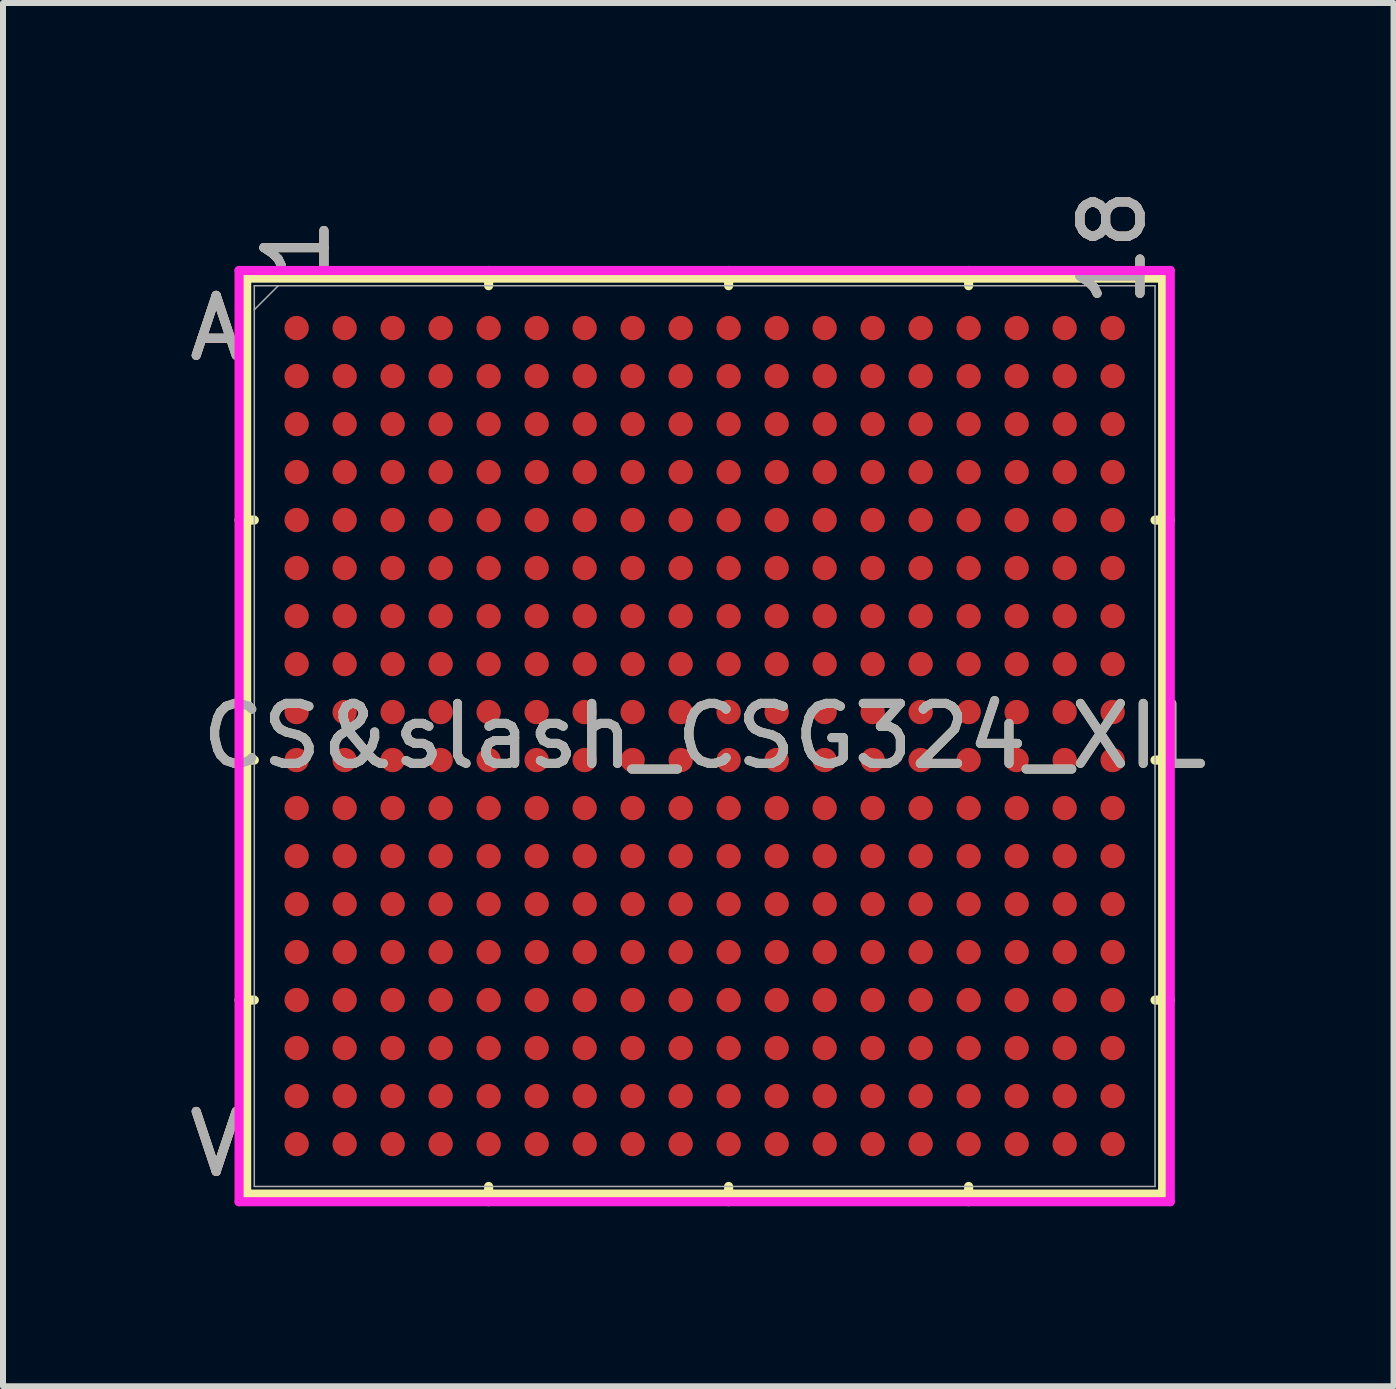
<source format=kicad_pcb>
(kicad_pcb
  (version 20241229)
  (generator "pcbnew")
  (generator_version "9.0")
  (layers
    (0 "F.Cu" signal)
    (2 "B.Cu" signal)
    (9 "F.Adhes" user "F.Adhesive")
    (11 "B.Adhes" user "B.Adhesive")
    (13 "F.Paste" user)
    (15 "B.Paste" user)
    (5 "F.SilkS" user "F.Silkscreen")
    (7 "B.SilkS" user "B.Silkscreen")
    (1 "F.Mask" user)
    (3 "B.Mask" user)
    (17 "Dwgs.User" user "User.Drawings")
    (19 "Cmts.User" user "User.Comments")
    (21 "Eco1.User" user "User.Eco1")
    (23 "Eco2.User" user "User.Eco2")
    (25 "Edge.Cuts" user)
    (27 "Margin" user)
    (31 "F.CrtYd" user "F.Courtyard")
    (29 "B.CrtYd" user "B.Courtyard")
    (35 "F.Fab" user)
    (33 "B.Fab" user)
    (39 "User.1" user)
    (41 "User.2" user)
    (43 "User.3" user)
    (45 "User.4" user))
  (footprint "CS&slash_CSG324_XIL"
    (layer "F.Cu")
    (at 8.694 9.218)
    (property "Reference" "CS&slash_CSG324_XIL" (at 0 0 0) (unlocked yes) (layer "F.SilkS") (effects (font (size 1 1) (thickness 0.15))))
    (attr smd)
    (fp_line (start -7.633 -7.633) (end -7.633 7.633) (stroke (width 0.152) (type solid)) (layer "F.SilkS"))
    (fp_line (start -7.633 7.633) (end 7.633 7.633) (stroke (width 0.152) (type solid)) (layer "F.SilkS"))
    (fp_line (start -7.506 -3.6) (end -7.76 -3.6) (stroke (width 0.152) (type solid)) (layer "F.SilkS"))
    (fp_line (start -7.506 0.4) (end -7.76 0.4) (stroke (width 0.152) (type solid)) (layer "F.SilkS"))
    (fp_line (start -7.506 4.4) (end -7.76 4.4) (stroke (width 0.152) (type solid)) (layer "F.SilkS"))
    (fp_line (start -3.6 -7.506) (end -3.6 -7.76) (stroke (width 0.152) (type solid)) (layer "F.SilkS"))
    (fp_line (start -3.6 7.506) (end -3.6 7.76) (stroke (width 0.152) (type solid)) (layer "F.SilkS"))
    (fp_line (start 0.4 -7.506) (end 0.4 -7.76) (stroke (width 0.152) (type solid)) (layer "F.SilkS"))
    (fp_line (start 0.4 7.506) (end 0.4 7.76) (stroke (width 0.152) (type solid)) (layer "F.SilkS"))
    (fp_line (start 4.4 -7.506) (end 4.4 -7.76) (stroke (width 0.152) (type solid)) (layer "F.SilkS"))
    (fp_line (start 4.4 7.506) (end 4.4 7.76) (stroke (width 0.152) (type solid)) (layer "F.SilkS"))
    (fp_line (start 7.506 -3.6) (end 7.76 -3.6) (stroke (width 0.152) (type solid)) (layer "F.SilkS"))
    (fp_line (start 7.506 0.4) (end 7.76 0.4) (stroke (width 0.152) (type solid)) (layer "F.SilkS"))
    (fp_line (start 7.506 4.4) (end 7.76 4.4) (stroke (width 0.152) (type solid)) (layer "F.SilkS"))
    (fp_line (start 7.633 -7.633) (end -7.633 -7.633) (stroke (width 0.152) (type solid)) (layer "F.SilkS"))
    (fp_line (start 7.633 7.633) (end 7.633 -7.633) (stroke (width 0.152) (type solid)) (layer "F.SilkS"))
    (fp_poly (pts (xy -7.644 -7.644) (xy 7.644 -7.644) (xy 7.644 7.644) (xy -7.644 7.644)) (stroke (width 0.1) (type solid)) (fill no) (layer "Eco2.User"))
    (fp_line (start -7.76 -7.76) (end 7.76 -7.76) (stroke (width 0.152) (type solid)) (layer "F.CrtYd"))
    (fp_line (start -7.76 7.76) (end -7.76 -7.76) (stroke (width 0.152) (type solid)) (layer "F.CrtYd"))
    (fp_line (start 7.76 -7.76) (end 7.76 7.76) (stroke (width 0.152) (type solid)) (layer "F.CrtYd"))
    (fp_line (start 7.76 7.76) (end -7.76 7.76) (stroke (width 0.152) (type solid)) (layer "F.CrtYd"))
    (fp_line (start -7.506 -7.506) (end -7.506 7.506) (stroke (width 0.025) (type solid)) (layer "F.Fab"))
    (fp_line (start -7.506 7.506) (end 7.506 7.506) (stroke (width 0.025) (type solid)) (layer "F.Fab"))
    (fp_line (start -7.106 -7.506) (end -7.506 -7.106) (stroke (width 0.025) (type solid)) (layer "F.Fab"))
    (fp_line (start 7.506 -7.506) (end -7.506 -7.506) (stroke (width 0.025) (type solid)) (layer "F.Fab"))
    (fp_line (start 7.506 7.506) (end 7.506 -7.506) (stroke (width 0.025) (type solid)) (layer "F.Fab"))
    (fp_text user "18" (at 6.8 -8.141 90) (unlocked yes) (layer "F.SilkS") (effects (font (size 1 1) (thickness 0.15))))
    (fp_text user "1" (at -6.8 -8.141 90) (unlocked yes) (layer "F.SilkS") (effects (font (size 1 1) (thickness 0.15))))
    (fp_text user "A" (at -8.141 -6.8 0) (unlocked yes) (layer "F.SilkS") (effects (font (size 1 1) (thickness 0.15))))
    (fp_text user "V" (at -8.141 6.8 0) (unlocked yes) (layer "F.SilkS") (effects (font (size 1 1) (thickness 0.15))))
    (fp_text user "V" (at -8.141 6.8 0) (unlocked yes) (layer "B.SilkS") (effects (font (size 1 1) (thickness 0.15))))
    (fp_text user "A" (at -8.141 -6.8 0) (unlocked yes) (layer "B.SilkS") (effects (font (size 1 1) (thickness 0.15))))
    (fp_text user "18" (at 6.8 -8.141 90) (unlocked yes) (layer "B.SilkS") (effects (font (size 1 1) (thickness 0.15))))
    (fp_text user "1" (at -6.8 -8.141 90) (unlocked yes) (layer "B.SilkS") (effects (font (size 1 1) (thickness 0.15))))
    (fp_text user "A" (at -8.141 -6.8 0) (unlocked yes) (layer "F.Fab") (effects (font (size 1 1) (thickness 0.15))))
    (fp_text user "V" (at -8.141 6.8 0) (unlocked yes) (layer "F.Fab") (effects (font (size 1 1) (thickness 0.15))))
    (fp_text user "${REFERENCE}" (at 0 0 0) (unlocked yes) (layer "F.Fab") (effects (font (size 1 1) (thickness 0.15))))
    (fp_text user "1" (at -6.8 -8.141 90) (unlocked yes) (layer "F.Fab") (effects (font (size 1 1) (thickness 0.15))))
    (fp_text user "18" (at 6.8 -8.141 90) (unlocked yes) (layer "F.Fab") (effects (font (size 1 1) (thickness 0.15))))
    (pad "A1" smd circle (at -6.8 -6.8) (size 0.406 0.406) (layers "F.Cu" "F.Mask" "F.Paste"))
    (pad "A2" smd circle (at -6 -6.8) (size 0.406 0.406) (layers "F.Cu" "F.Mask" "F.Paste"))
    (pad "A3" smd circle (at -5.2 -6.8) (size 0.406 0.406) (layers "F.Cu" "F.Mask" "F.Paste"))
    (pad "A4" smd circle (at -4.4 -6.8) (size 0.406 0.406) (layers "F.Cu" "F.Mask" "F.Paste"))
    (pad "A5" smd circle (at -3.6 -6.8) (size 0.406 0.406) (layers "F.Cu" "F.Mask" "F.Paste"))
    (pad "A6" smd circle (at -2.8 -6.8) (size 0.406 0.406) (layers "F.Cu" "F.Mask" "F.Paste"))
    (pad "A7" smd circle (at -2 -6.8) (size 0.406 0.406) (layers "F.Cu" "F.Mask" "F.Paste"))
    (pad "A8" smd circle (at -1.2 -6.8) (size 0.406 0.406) (layers "F.Cu" "F.Mask" "F.Paste"))
    (pad "A9" smd circle (at -0.4 -6.8) (size 0.406 0.406) (layers "F.Cu" "F.Mask" "F.Paste"))
    (pad "A10" smd circle (at 0.4 -6.8) (size 0.406 0.406) (layers "F.Cu" "F.Mask" "F.Paste"))
    (pad "A11" smd circle (at 1.2 -6.8) (size 0.406 0.406) (layers "F.Cu" "F.Mask" "F.Paste"))
    (pad "A12" smd circle (at 2 -6.8) (size 0.406 0.406) (layers "F.Cu" "F.Mask" "F.Paste"))
    (pad "A13" smd circle (at 2.8 -6.8) (size 0.406 0.406) (layers "F.Cu" "F.Mask" "F.Paste"))
    (pad "A14" smd circle (at 3.6 -6.8) (size 0.406 0.406) (layers "F.Cu" "F.Mask" "F.Paste"))
    (pad "A15" smd circle (at 4.4 -6.8) (size 0.406 0.406) (layers "F.Cu" "F.Mask" "F.Paste"))
    (pad "A16" smd circle (at 5.2 -6.8) (size 0.406 0.406) (layers "F.Cu" "F.Mask" "F.Paste"))
    (pad "A17" smd circle (at 6 -6.8) (size 0.406 0.406) (layers "F.Cu" "F.Mask" "F.Paste"))
    (pad "A18" smd circle (at 6.8 -6.8) (size 0.406 0.406) (layers "F.Cu" "F.Mask" "F.Paste"))
    (pad "B1" smd circle (at -6.8 -6) (size 0.406 0.406) (layers "F.Cu" "F.Mask" "F.Paste"))
    (pad "B2" smd circle (at -6 -6) (size 0.406 0.406) (layers "F.Cu" "F.Mask" "F.Paste"))
    (pad "B3" smd circle (at -5.2 -6) (size 0.406 0.406) (layers "F.Cu" "F.Mask" "F.Paste"))
    (pad "B4" smd circle (at -4.4 -6) (size 0.406 0.406) (layers "F.Cu" "F.Mask" "F.Paste"))
    (pad "B5" smd circle (at -3.6 -6) (size 0.406 0.406) (layers "F.Cu" "F.Mask" "F.Paste"))
    (pad "B6" smd circle (at -2.8 -6) (size 0.406 0.406) (layers "F.Cu" "F.Mask" "F.Paste"))
    (pad "B7" smd circle (at -2 -6) (size 0.406 0.406) (layers "F.Cu" "F.Mask" "F.Paste"))
    (pad "B8" smd circle (at -1.2 -6) (size 0.406 0.406) (layers "F.Cu" "F.Mask" "F.Paste"))
    (pad "B9" smd circle (at -0.4 -6) (size 0.406 0.406) (layers "F.Cu" "F.Mask" "F.Paste"))
    (pad "B10" smd circle (at 0.4 -6) (size 0.406 0.406) (layers "F.Cu" "F.Mask" "F.Paste"))
    (pad "B11" smd circle (at 1.2 -6) (size 0.406 0.406) (layers "F.Cu" "F.Mask" "F.Paste"))
    (pad "B12" smd circle (at 2 -6) (size 0.406 0.406) (layers "F.Cu" "F.Mask" "F.Paste"))
    (pad "B13" smd circle (at 2.8 -6) (size 0.406 0.406) (layers "F.Cu" "F.Mask" "F.Paste"))
    (pad "B14" smd circle (at 3.6 -6) (size 0.406 0.406) (layers "F.Cu" "F.Mask" "F.Paste"))
    (pad "B15" smd circle (at 4.4 -6) (size 0.406 0.406) (layers "F.Cu" "F.Mask" "F.Paste"))
    (pad "B16" smd circle (at 5.2 -6) (size 0.406 0.406) (layers "F.Cu" "F.Mask" "F.Paste"))
    (pad "B17" smd circle (at 6 -6) (size 0.406 0.406) (layers "F.Cu" "F.Mask" "F.Paste"))
    (pad "B18" smd circle (at 6.8 -6) (size 0.406 0.406) (layers "F.Cu" "F.Mask" "F.Paste"))
    (pad "C1" smd circle (at -6.8 -5.2) (size 0.406 0.406) (layers "F.Cu" "F.Mask" "F.Paste"))
    (pad "C2" smd circle (at -6 -5.2) (size 0.406 0.406) (layers "F.Cu" "F.Mask" "F.Paste"))
    (pad "C3" smd circle (at -5.2 -5.2) (size 0.406 0.406) (layers "F.Cu" "F.Mask" "F.Paste"))
    (pad "C4" smd circle (at -4.4 -5.2) (size 0.406 0.406) (layers "F.Cu" "F.Mask" "F.Paste"))
    (pad "C5" smd circle (at -3.6 -5.2) (size 0.406 0.406) (layers "F.Cu" "F.Mask" "F.Paste"))
    (pad "C6" smd circle (at -2.8 -5.2) (size 0.406 0.406) (layers "F.Cu" "F.Mask" "F.Paste"))
    (pad "C7" smd circle (at -2 -5.2) (size 0.406 0.406) (layers "F.Cu" "F.Mask" "F.Paste"))
    (pad "C8" smd circle (at -1.2 -5.2) (size 0.406 0.406) (layers "F.Cu" "F.Mask" "F.Paste"))
    (pad "C9" smd circle (at -0.4 -5.2) (size 0.406 0.406) (layers "F.Cu" "F.Mask" "F.Paste"))
    (pad "C10" smd circle (at 0.4 -5.2) (size 0.406 0.406) (layers "F.Cu" "F.Mask" "F.Paste"))
    (pad "C11" smd circle (at 1.2 -5.2) (size 0.406 0.406) (layers "F.Cu" "F.Mask" "F.Paste"))
    (pad "C12" smd circle (at 2 -5.2) (size 0.406 0.406) (layers "F.Cu" "F.Mask" "F.Paste"))
    (pad "C13" smd circle (at 2.8 -5.2) (size 0.406 0.406) (layers "F.Cu" "F.Mask" "F.Paste"))
    (pad "C14" smd circle (at 3.6 -5.2) (size 0.406 0.406) (layers "F.Cu" "F.Mask" "F.Paste"))
    (pad "C15" smd circle (at 4.4 -5.2) (size 0.406 0.406) (layers "F.Cu" "F.Mask" "F.Paste"))
    (pad "C16" smd circle (at 5.2 -5.2) (size 0.406 0.406) (layers "F.Cu" "F.Mask" "F.Paste"))
    (pad "C17" smd circle (at 6 -5.2) (size 0.406 0.406) (layers "F.Cu" "F.Mask" "F.Paste"))
    (pad "C18" smd circle (at 6.8 -5.2) (size 0.406 0.406) (layers "F.Cu" "F.Mask" "F.Paste"))
    (pad "D1" smd circle (at -6.8 -4.4) (size 0.406 0.406) (layers "F.Cu" "F.Mask" "F.Paste"))
    (pad "D2" smd circle (at -6 -4.4) (size 0.406 0.406) (layers "F.Cu" "F.Mask" "F.Paste"))
    (pad "D3" smd circle (at -5.2 -4.4) (size 0.406 0.406) (layers "F.Cu" "F.Mask" "F.Paste"))
    (pad "D4" smd circle (at -4.4 -4.4) (size 0.406 0.406) (layers "F.Cu" "F.Mask" "F.Paste"))
    (pad "D5" smd circle (at -3.6 -4.4) (size 0.406 0.406) (layers "F.Cu" "F.Mask" "F.Paste"))
    (pad "D6" smd circle (at -2.8 -4.4) (size 0.406 0.406) (layers "F.Cu" "F.Mask" "F.Paste"))
    (pad "D7" smd circle (at -2 -4.4) (size 0.406 0.406) (layers "F.Cu" "F.Mask" "F.Paste"))
    (pad "D8" smd circle (at -1.2 -4.4) (size 0.406 0.406) (layers "F.Cu" "F.Mask" "F.Paste"))
    (pad "D9" smd circle (at -0.4 -4.4) (size 0.406 0.406) (layers "F.Cu" "F.Mask" "F.Paste"))
    (pad "D10" smd circle (at 0.4 -4.4) (size 0.406 0.406) (layers "F.Cu" "F.Mask" "F.Paste"))
    (pad "D11" smd circle (at 1.2 -4.4) (size 0.406 0.406) (layers "F.Cu" "F.Mask" "F.Paste"))
    (pad "D12" smd circle (at 2 -4.4) (size 0.406 0.406) (layers "F.Cu" "F.Mask" "F.Paste"))
    (pad "D13" smd circle (at 2.8 -4.4) (size 0.406 0.406) (layers "F.Cu" "F.Mask" "F.Paste"))
    (pad "D14" smd circle (at 3.6 -4.4) (size 0.406 0.406) (layers "F.Cu" "F.Mask" "F.Paste"))
    (pad "D15" smd circle (at 4.4 -4.4) (size 0.406 0.406) (layers "F.Cu" "F.Mask" "F.Paste"))
    (pad "D16" smd circle (at 5.2 -4.4) (size 0.406 0.406) (layers "F.Cu" "F.Mask" "F.Paste"))
    (pad "D17" smd circle (at 6 -4.4) (size 0.406 0.406) (layers "F.Cu" "F.Mask" "F.Paste"))
    (pad "D18" smd circle (at 6.8 -4.4) (size 0.406 0.406) (layers "F.Cu" "F.Mask" "F.Paste"))
    (pad "E1" smd circle (at -6.8 -3.6) (size 0.406 0.406) (layers "F.Cu" "F.Mask" "F.Paste"))
    (pad "E2" smd circle (at -6 -3.6) (size 0.406 0.406) (layers "F.Cu" "F.Mask" "F.Paste"))
    (pad "E3" smd circle (at -5.2 -3.6) (size 0.406 0.406) (layers "F.Cu" "F.Mask" "F.Paste"))
    (pad "E4" smd circle (at -4.4 -3.6) (size 0.406 0.406) (layers "F.Cu" "F.Mask" "F.Paste"))
    (pad "E5" smd circle (at -3.6 -3.6) (size 0.406 0.406) (layers "F.Cu" "F.Mask" "F.Paste"))
    (pad "E6" smd circle (at -2.8 -3.6) (size 0.406 0.406) (layers "F.Cu" "F.Mask" "F.Paste"))
    (pad "E7" smd circle (at -2 -3.6) (size 0.406 0.406) (layers "F.Cu" "F.Mask" "F.Paste"))
    (pad "E8" smd circle (at -1.2 -3.6) (size 0.406 0.406) (layers "F.Cu" "F.Mask" "F.Paste"))
    (pad "E9" smd circle (at -0.4 -3.6) (size 0.406 0.406) (layers "F.Cu" "F.Mask" "F.Paste"))
    (pad "E10" smd circle (at 0.4 -3.6) (size 0.406 0.406) (layers "F.Cu" "F.Mask" "F.Paste"))
    (pad "E11" smd circle (at 1.2 -3.6) (size 0.406 0.406) (layers "F.Cu" "F.Mask" "F.Paste"))
    (pad "E12" smd circle (at 2 -3.6) (size 0.406 0.406) (layers "F.Cu" "F.Mask" "F.Paste"))
    (pad "E13" smd circle (at 2.8 -3.6) (size 0.406 0.406) (layers "F.Cu" "F.Mask" "F.Paste"))
    (pad "E14" smd circle (at 3.6 -3.6) (size 0.406 0.406) (layers "F.Cu" "F.Mask" "F.Paste"))
    (pad "E15" smd circle (at 4.4 -3.6) (size 0.406 0.406) (layers "F.Cu" "F.Mask" "F.Paste"))
    (pad "E16" smd circle (at 5.2 -3.6) (size 0.406 0.406) (layers "F.Cu" "F.Mask" "F.Paste"))
    (pad "E17" smd circle (at 6 -3.6) (size 0.406 0.406) (layers "F.Cu" "F.Mask" "F.Paste"))
    (pad "E18" smd circle (at 6.8 -3.6) (size 0.406 0.406) (layers "F.Cu" "F.Mask" "F.Paste"))
    (pad "F1" smd circle (at -6.8 -2.8) (size 0.406 0.406) (layers "F.Cu" "F.Mask" "F.Paste"))
    (pad "F2" smd circle (at -6 -2.8) (size 0.406 0.406) (layers "F.Cu" "F.Mask" "F.Paste"))
    (pad "F3" smd circle (at -5.2 -2.8) (size 0.406 0.406) (layers "F.Cu" "F.Mask" "F.Paste"))
    (pad "F4" smd circle (at -4.4 -2.8) (size 0.406 0.406) (layers "F.Cu" "F.Mask" "F.Paste"))
    (pad "F5" smd circle (at -3.6 -2.8) (size 0.406 0.406) (layers "F.Cu" "F.Mask" "F.Paste"))
    (pad "F6" smd circle (at -2.8 -2.8) (size 0.406 0.406) (layers "F.Cu" "F.Mask" "F.Paste"))
    (pad "F7" smd circle (at -2 -2.8) (size 0.406 0.406) (layers "F.Cu" "F.Mask" "F.Paste"))
    (pad "F8" smd circle (at -1.2 -2.8) (size 0.406 0.406) (layers "F.Cu" "F.Mask" "F.Paste"))
    (pad "F9" smd circle (at -0.4 -2.8) (size 0.406 0.406) (layers "F.Cu" "F.Mask" "F.Paste"))
    (pad "F10" smd circle (at 0.4 -2.8) (size 0.406 0.406) (layers "F.Cu" "F.Mask" "F.Paste"))
    (pad "F11" smd circle (at 1.2 -2.8) (size 0.406 0.406) (layers "F.Cu" "F.Mask" "F.Paste"))
    (pad "F12" smd circle (at 2 -2.8) (size 0.406 0.406) (layers "F.Cu" "F.Mask" "F.Paste"))
    (pad "F13" smd circle (at 2.8 -2.8) (size 0.406 0.406) (layers "F.Cu" "F.Mask" "F.Paste"))
    (pad "F14" smd circle (at 3.6 -2.8) (size 0.406 0.406) (layers "F.Cu" "F.Mask" "F.Paste"))
    (pad "F15" smd circle (at 4.4 -2.8) (size 0.406 0.406) (layers "F.Cu" "F.Mask" "F.Paste"))
    (pad "F16" smd circle (at 5.2 -2.8) (size 0.406 0.406) (layers "F.Cu" "F.Mask" "F.Paste"))
    (pad "F17" smd circle (at 6 -2.8) (size 0.406 0.406) (layers "F.Cu" "F.Mask" "F.Paste"))
    (pad "F18" smd circle (at 6.8 -2.8) (size 0.406 0.406) (layers "F.Cu" "F.Mask" "F.Paste"))
    (pad "G1" smd circle (at -6.8 -2) (size 0.406 0.406) (layers "F.Cu" "F.Mask" "F.Paste"))
    (pad "G2" smd circle (at -6 -2) (size 0.406 0.406) (layers "F.Cu" "F.Mask" "F.Paste"))
    (pad "G3" smd circle (at -5.2 -2) (size 0.406 0.406) (layers "F.Cu" "F.Mask" "F.Paste"))
    (pad "G4" smd circle (at -4.4 -2) (size 0.406 0.406) (layers "F.Cu" "F.Mask" "F.Paste"))
    (pad "G5" smd circle (at -3.6 -2) (size 0.406 0.406) (layers "F.Cu" "F.Mask" "F.Paste"))
    (pad "G6" smd circle (at -2.8 -2) (size 0.406 0.406) (layers "F.Cu" "F.Mask" "F.Paste"))
    (pad "G7" smd circle (at -2 -2) (size 0.406 0.406) (layers "F.Cu" "F.Mask" "F.Paste"))
    (pad "G8" smd circle (at -1.2 -2) (size 0.406 0.406) (layers "F.Cu" "F.Mask" "F.Paste"))
    (pad "G9" smd circle (at -0.4 -2) (size 0.406 0.406) (layers "F.Cu" "F.Mask" "F.Paste"))
    (pad "G10" smd circle (at 0.4 -2) (size 0.406 0.406) (layers "F.Cu" "F.Mask" "F.Paste"))
    (pad "G11" smd circle (at 1.2 -2) (size 0.406 0.406) (layers "F.Cu" "F.Mask" "F.Paste"))
    (pad "G12" smd circle (at 2 -2) (size 0.406 0.406) (layers "F.Cu" "F.Mask" "F.Paste"))
    (pad "G13" smd circle (at 2.8 -2) (size 0.406 0.406) (layers "F.Cu" "F.Mask" "F.Paste"))
    (pad "G14" smd circle (at 3.6 -2) (size 0.406 0.406) (layers "F.Cu" "F.Mask" "F.Paste"))
    (pad "G15" smd circle (at 4.4 -2) (size 0.406 0.406) (layers "F.Cu" "F.Mask" "F.Paste"))
    (pad "G16" smd circle (at 5.2 -2) (size 0.406 0.406) (layers "F.Cu" "F.Mask" "F.Paste"))
    (pad "G17" smd circle (at 6 -2) (size 0.406 0.406) (layers "F.Cu" "F.Mask" "F.Paste"))
    (pad "G18" smd circle (at 6.8 -2) (size 0.406 0.406) (layers "F.Cu" "F.Mask" "F.Paste"))
    (pad "H1" smd circle (at -6.8 -1.2) (size 0.406 0.406) (layers "F.Cu" "F.Mask" "F.Paste"))
    (pad "H2" smd circle (at -6 -1.2) (size 0.406 0.406) (layers "F.Cu" "F.Mask" "F.Paste"))
    (pad "H3" smd circle (at -5.2 -1.2) (size 0.406 0.406) (layers "F.Cu" "F.Mask" "F.Paste"))
    (pad "H4" smd circle (at -4.4 -1.2) (size 0.406 0.406) (layers "F.Cu" "F.Mask" "F.Paste"))
    (pad "H5" smd circle (at -3.6 -1.2) (size 0.406 0.406) (layers "F.Cu" "F.Mask" "F.Paste"))
    (pad "H6" smd circle (at -2.8 -1.2) (size 0.406 0.406) (layers "F.Cu" "F.Mask" "F.Paste"))
    (pad "H7" smd circle (at -2 -1.2) (size 0.406 0.406) (layers "F.Cu" "F.Mask" "F.Paste"))
    (pad "H8" smd circle (at -1.2 -1.2) (size 0.406 0.406) (layers "F.Cu" "F.Mask" "F.Paste"))
    (pad "H9" smd circle (at -0.4 -1.2) (size 0.406 0.406) (layers "F.Cu" "F.Mask" "F.Paste"))
    (pad "H10" smd circle (at 0.4 -1.2) (size 0.406 0.406) (layers "F.Cu" "F.Mask" "F.Paste"))
    (pad "H11" smd circle (at 1.2 -1.2) (size 0.406 0.406) (layers "F.Cu" "F.Mask" "F.Paste"))
    (pad "H12" smd circle (at 2 -1.2) (size 0.406 0.406) (layers "F.Cu" "F.Mask" "F.Paste"))
    (pad "H13" smd circle (at 2.8 -1.2) (size 0.406 0.406) (layers "F.Cu" "F.Mask" "F.Paste"))
    (pad "H14" smd circle (at 3.6 -1.2) (size 0.406 0.406) (layers "F.Cu" "F.Mask" "F.Paste"))
    (pad "H15" smd circle (at 4.4 -1.2) (size 0.406 0.406) (layers "F.Cu" "F.Mask" "F.Paste"))
    (pad "H16" smd circle (at 5.2 -1.2) (size 0.406 0.406) (layers "F.Cu" "F.Mask" "F.Paste"))
    (pad "H17" smd circle (at 6 -1.2) (size 0.406 0.406) (layers "F.Cu" "F.Mask" "F.Paste"))
    (pad "H18" smd circle (at 6.8 -1.2) (size 0.406 0.406) (layers "F.Cu" "F.Mask" "F.Paste"))
    (pad "J1" smd circle (at -6.8 -0.4) (size 0.406 0.406) (layers "F.Cu" "F.Mask" "F.Paste"))
    (pad "J2" smd circle (at -6 -0.4) (size 0.406 0.406) (layers "F.Cu" "F.Mask" "F.Paste"))
    (pad "J3" smd circle (at -5.2 -0.4) (size 0.406 0.406) (layers "F.Cu" "F.Mask" "F.Paste"))
    (pad "J4" smd circle (at -4.4 -0.4) (size 0.406 0.406) (layers "F.Cu" "F.Mask" "F.Paste"))
    (pad "J5" smd circle (at -3.6 -0.4) (size 0.406 0.406) (layers "F.Cu" "F.Mask" "F.Paste"))
    (pad "J6" smd circle (at -2.8 -0.4) (size 0.406 0.406) (layers "F.Cu" "F.Mask" "F.Paste"))
    (pad "J7" smd circle (at -2 -0.4) (size 0.406 0.406) (layers "F.Cu" "F.Mask" "F.Paste"))
    (pad "J8" smd circle (at -1.2 -0.4) (size 0.406 0.406) (layers "F.Cu" "F.Mask" "F.Paste"))
    (pad "J9" smd circle (at -0.4 -0.4) (size 0.406 0.406) (layers "F.Cu" "F.Mask" "F.Paste"))
    (pad "J10" smd circle (at 0.4 -0.4) (size 0.406 0.406) (layers "F.Cu" "F.Mask" "F.Paste"))
    (pad "J11" smd circle (at 1.2 -0.4) (size 0.406 0.406) (layers "F.Cu" "F.Mask" "F.Paste"))
    (pad "J12" smd circle (at 2 -0.4) (size 0.406 0.406) (layers "F.Cu" "F.Mask" "F.Paste"))
    (pad "J13" smd circle (at 2.8 -0.4) (size 0.406 0.406) (layers "F.Cu" "F.Mask" "F.Paste"))
    (pad "J14" smd circle (at 3.6 -0.4) (size 0.406 0.406) (layers "F.Cu" "F.Mask" "F.Paste"))
    (pad "J15" smd circle (at 4.4 -0.4) (size 0.406 0.406) (layers "F.Cu" "F.Mask" "F.Paste"))
    (pad "J16" smd circle (at 5.2 -0.4) (size 0.406 0.406) (layers "F.Cu" "F.Mask" "F.Paste"))
    (pad "J17" smd circle (at 6 -0.4) (size 0.406 0.406) (layers "F.Cu" "F.Mask" "F.Paste"))
    (pad "J18" smd circle (at 6.8 -0.4) (size 0.406 0.406) (layers "F.Cu" "F.Mask" "F.Paste"))
    (pad "K1" smd circle (at -6.8 0.4) (size 0.406 0.406) (layers "F.Cu" "F.Mask" "F.Paste"))
    (pad "K2" smd circle (at -6 0.4) (size 0.406 0.406) (layers "F.Cu" "F.Mask" "F.Paste"))
    (pad "K3" smd circle (at -5.2 0.4) (size 0.406 0.406) (layers "F.Cu" "F.Mask" "F.Paste"))
    (pad "K4" smd circle (at -4.4 0.4) (size 0.406 0.406) (layers "F.Cu" "F.Mask" "F.Paste"))
    (pad "K5" smd circle (at -3.6 0.4) (size 0.406 0.406) (layers "F.Cu" "F.Mask" "F.Paste"))
    (pad "K6" smd circle (at -2.8 0.4) (size 0.406 0.406) (layers "F.Cu" "F.Mask" "F.Paste"))
    (pad "K7" smd circle (at -2 0.4) (size 0.406 0.406) (layers "F.Cu" "F.Mask" "F.Paste"))
    (pad "K8" smd circle (at -1.2 0.4) (size 0.406 0.406) (layers "F.Cu" "F.Mask" "F.Paste"))
    (pad "K9" smd circle (at -0.4 0.4) (size 0.406 0.406) (layers "F.Cu" "F.Mask" "F.Paste"))
    (pad "K10" smd circle (at 0.4 0.4) (size 0.406 0.406) (layers "F.Cu" "F.Mask" "F.Paste"))
    (pad "K11" smd circle (at 1.2 0.4) (size 0.406 0.406) (layers "F.Cu" "F.Mask" "F.Paste"))
    (pad "K12" smd circle (at 2 0.4) (size 0.406 0.406) (layers "F.Cu" "F.Mask" "F.Paste"))
    (pad "K13" smd circle (at 2.8 0.4) (size 0.406 0.406) (layers "F.Cu" "F.Mask" "F.Paste"))
    (pad "K14" smd circle (at 3.6 0.4) (size 0.406 0.406) (layers "F.Cu" "F.Mask" "F.Paste"))
    (pad "K15" smd circle (at 4.4 0.4) (size 0.406 0.406) (layers "F.Cu" "F.Mask" "F.Paste"))
    (pad "K16" smd circle (at 5.2 0.4) (size 0.406 0.406) (layers "F.Cu" "F.Mask" "F.Paste"))
    (pad "K17" smd circle (at 6 0.4) (size 0.406 0.406) (layers "F.Cu" "F.Mask" "F.Paste"))
    (pad "K18" smd circle (at 6.8 0.4) (size 0.406 0.406) (layers "F.Cu" "F.Mask" "F.Paste"))
    (pad "L1" smd circle (at -6.8 1.2) (size 0.406 0.406) (layers "F.Cu" "F.Mask" "F.Paste"))
    (pad "L2" smd circle (at -6 1.2) (size 0.406 0.406) (layers "F.Cu" "F.Mask" "F.Paste"))
    (pad "L3" smd circle (at -5.2 1.2) (size 0.406 0.406) (layers "F.Cu" "F.Mask" "F.Paste"))
    (pad "L4" smd circle (at -4.4 1.2) (size 0.406 0.406) (layers "F.Cu" "F.Mask" "F.Paste"))
    (pad "L5" smd circle (at -3.6 1.2) (size 0.406 0.406) (layers "F.Cu" "F.Mask" "F.Paste"))
    (pad "L6" smd circle (at -2.8 1.2) (size 0.406 0.406) (layers "F.Cu" "F.Mask" "F.Paste"))
    (pad "L7" smd circle (at -2 1.2) (size 0.406 0.406) (layers "F.Cu" "F.Mask" "F.Paste"))
    (pad "L8" smd circle (at -1.2 1.2) (size 0.406 0.406) (layers "F.Cu" "F.Mask" "F.Paste"))
    (pad "L9" smd circle (at -0.4 1.2) (size 0.406 0.406) (layers "F.Cu" "F.Mask" "F.Paste"))
    (pad "L10" smd circle (at 0.4 1.2) (size 0.406 0.406) (layers "F.Cu" "F.Mask" "F.Paste"))
    (pad "L11" smd circle (at 1.2 1.2) (size 0.406 0.406) (layers "F.Cu" "F.Mask" "F.Paste"))
    (pad "L12" smd circle (at 2 1.2) (size 0.406 0.406) (layers "F.Cu" "F.Mask" "F.Paste"))
    (pad "L13" smd circle (at 2.8 1.2) (size 0.406 0.406) (layers "F.Cu" "F.Mask" "F.Paste"))
    (pad "L14" smd circle (at 3.6 1.2) (size 0.406 0.406) (layers "F.Cu" "F.Mask" "F.Paste"))
    (pad "L15" smd circle (at 4.4 1.2) (size 0.406 0.406) (layers "F.Cu" "F.Mask" "F.Paste"))
    (pad "L16" smd circle (at 5.2 1.2) (size 0.406 0.406) (layers "F.Cu" "F.Mask" "F.Paste"))
    (pad "L17" smd circle (at 6 1.2) (size 0.406 0.406) (layers "F.Cu" "F.Mask" "F.Paste"))
    (pad "L18" smd circle (at 6.8 1.2) (size 0.406 0.406) (layers "F.Cu" "F.Mask" "F.Paste"))
    (pad "M1" smd circle (at -6.8 2) (size 0.406 0.406) (layers "F.Cu" "F.Mask" "F.Paste"))
    (pad "M2" smd circle (at -6 2) (size 0.406 0.406) (layers "F.Cu" "F.Mask" "F.Paste"))
    (pad "M3" smd circle (at -5.2 2) (size 0.406 0.406) (layers "F.Cu" "F.Mask" "F.Paste"))
    (pad "M4" smd circle (at -4.4 2) (size 0.406 0.406) (layers "F.Cu" "F.Mask" "F.Paste"))
    (pad "M5" smd circle (at -3.6 2) (size 0.406 0.406) (layers "F.Cu" "F.Mask" "F.Paste"))
    (pad "M6" smd circle (at -2.8 2) (size 0.406 0.406) (layers "F.Cu" "F.Mask" "F.Paste"))
    (pad "M7" smd circle (at -2 2) (size 0.406 0.406) (layers "F.Cu" "F.Mask" "F.Paste"))
    (pad "M8" smd circle (at -1.2 2) (size 0.406 0.406) (layers "F.Cu" "F.Mask" "F.Paste"))
    (pad "M9" smd circle (at -0.4 2) (size 0.406 0.406) (layers "F.Cu" "F.Mask" "F.Paste"))
    (pad "M10" smd circle (at 0.4 2) (size 0.406 0.406) (layers "F.Cu" "F.Mask" "F.Paste"))
    (pad "M11" smd circle (at 1.2 2) (size 0.406 0.406) (layers "F.Cu" "F.Mask" "F.Paste"))
    (pad "M12" smd circle (at 2 2) (size 0.406 0.406) (layers "F.Cu" "F.Mask" "F.Paste"))
    (pad "M13" smd circle (at 2.8 2) (size 0.406 0.406) (layers "F.Cu" "F.Mask" "F.Paste"))
    (pad "M14" smd circle (at 3.6 2) (size 0.406 0.406) (layers "F.Cu" "F.Mask" "F.Paste"))
    (pad "M15" smd circle (at 4.4 2) (size 0.406 0.406) (layers "F.Cu" "F.Mask" "F.Paste"))
    (pad "M16" smd circle (at 5.2 2) (size 0.406 0.406) (layers "F.Cu" "F.Mask" "F.Paste"))
    (pad "M17" smd circle (at 6 2) (size 0.406 0.406) (layers "F.Cu" "F.Mask" "F.Paste"))
    (pad "M18" smd circle (at 6.8 2) (size 0.406 0.406) (layers "F.Cu" "F.Mask" "F.Paste"))
    (pad "N1" smd circle (at -6.8 2.8) (size 0.406 0.406) (layers "F.Cu" "F.Mask" "F.Paste"))
    (pad "N2" smd circle (at -6 2.8) (size 0.406 0.406) (layers "F.Cu" "F.Mask" "F.Paste"))
    (pad "N3" smd circle (at -5.2 2.8) (size 0.406 0.406) (layers "F.Cu" "F.Mask" "F.Paste"))
    (pad "N4" smd circle (at -4.4 2.8) (size 0.406 0.406) (layers "F.Cu" "F.Mask" "F.Paste"))
    (pad "N5" smd circle (at -3.6 2.8) (size 0.406 0.406) (layers "F.Cu" "F.Mask" "F.Paste"))
    (pad "N6" smd circle (at -2.8 2.8) (size 0.406 0.406) (layers "F.Cu" "F.Mask" "F.Paste"))
    (pad "N7" smd circle (at -2 2.8) (size 0.406 0.406) (layers "F.Cu" "F.Mask" "F.Paste"))
    (pad "N8" smd circle (at -1.2 2.8) (size 0.406 0.406) (layers "F.Cu" "F.Mask" "F.Paste"))
    (pad "N9" smd circle (at -0.4 2.8) (size 0.406 0.406) (layers "F.Cu" "F.Mask" "F.Paste"))
    (pad "N10" smd circle (at 0.4 2.8) (size 0.406 0.406) (layers "F.Cu" "F.Mask" "F.Paste"))
    (pad "N11" smd circle (at 1.2 2.8) (size 0.406 0.406) (layers "F.Cu" "F.Mask" "F.Paste"))
    (pad "N12" smd circle (at 2 2.8) (size 0.406 0.406) (layers "F.Cu" "F.Mask" "F.Paste"))
    (pad "N13" smd circle (at 2.8 2.8) (size 0.406 0.406) (layers "F.Cu" "F.Mask" "F.Paste"))
    (pad "N14" smd circle (at 3.6 2.8) (size 0.406 0.406) (layers "F.Cu" "F.Mask" "F.Paste"))
    (pad "N15" smd circle (at 4.4 2.8) (size 0.406 0.406) (layers "F.Cu" "F.Mask" "F.Paste"))
    (pad "N16" smd circle (at 5.2 2.8) (size 0.406 0.406) (layers "F.Cu" "F.Mask" "F.Paste"))
    (pad "N17" smd circle (at 6 2.8) (size 0.406 0.406) (layers "F.Cu" "F.Mask" "F.Paste"))
    (pad "N18" smd circle (at 6.8 2.8) (size 0.406 0.406) (layers "F.Cu" "F.Mask" "F.Paste"))
    (pad "P1" smd circle (at -6.8 3.6) (size 0.406 0.406) (layers "F.Cu" "F.Mask" "F.Paste"))
    (pad "P2" smd circle (at -6 3.6) (size 0.406 0.406) (layers "F.Cu" "F.Mask" "F.Paste"))
    (pad "P3" smd circle (at -5.2 3.6) (size 0.406 0.406) (layers "F.Cu" "F.Mask" "F.Paste"))
    (pad "P4" smd circle (at -4.4 3.6) (size 0.406 0.406) (layers "F.Cu" "F.Mask" "F.Paste"))
    (pad "P5" smd circle (at -3.6 3.6) (size 0.406 0.406) (layers "F.Cu" "F.Mask" "F.Paste"))
    (pad "P6" smd circle (at -2.8 3.6) (size 0.406 0.406) (layers "F.Cu" "F.Mask" "F.Paste"))
    (pad "P7" smd circle (at -2 3.6) (size 0.406 0.406) (layers "F.Cu" "F.Mask" "F.Paste"))
    (pad "P8" smd circle (at -1.2 3.6) (size 0.406 0.406) (layers "F.Cu" "F.Mask" "F.Paste"))
    (pad "P9" smd circle (at -0.4 3.6) (size 0.406 0.406) (layers "F.Cu" "F.Mask" "F.Paste"))
    (pad "P10" smd circle (at 0.4 3.6) (size 0.406 0.406) (layers "F.Cu" "F.Mask" "F.Paste"))
    (pad "P11" smd circle (at 1.2 3.6) (size 0.406 0.406) (layers "F.Cu" "F.Mask" "F.Paste"))
    (pad "P12" smd circle (at 2 3.6) (size 0.406 0.406) (layers "F.Cu" "F.Mask" "F.Paste"))
    (pad "P13" smd circle (at 2.8 3.6) (size 0.406 0.406) (layers "F.Cu" "F.Mask" "F.Paste"))
    (pad "P14" smd circle (at 3.6 3.6) (size 0.406 0.406) (layers "F.Cu" "F.Mask" "F.Paste"))
    (pad "P15" smd circle (at 4.4 3.6) (size 0.406 0.406) (layers "F.Cu" "F.Mask" "F.Paste"))
    (pad "P16" smd circle (at 5.2 3.6) (size 0.406 0.406) (layers "F.Cu" "F.Mask" "F.Paste"))
    (pad "P17" smd circle (at 6 3.6) (size 0.406 0.406) (layers "F.Cu" "F.Mask" "F.Paste"))
    (pad "P18" smd circle (at 6.8 3.6) (size 0.406 0.406) (layers "F.Cu" "F.Mask" "F.Paste"))
    (pad "R1" smd circle (at -6.8 4.4) (size 0.406 0.406) (layers "F.Cu" "F.Mask" "F.Paste"))
    (pad "R2" smd circle (at -6 4.4) (size 0.406 0.406) (layers "F.Cu" "F.Mask" "F.Paste"))
    (pad "R3" smd circle (at -5.2 4.4) (size 0.406 0.406) (layers "F.Cu" "F.Mask" "F.Paste"))
    (pad "R4" smd circle (at -4.4 4.4) (size 0.406 0.406) (layers "F.Cu" "F.Mask" "F.Paste"))
    (pad "R5" smd circle (at -3.6 4.4) (size 0.406 0.406) (layers "F.Cu" "F.Mask" "F.Paste"))
    (pad "R6" smd circle (at -2.8 4.4) (size 0.406 0.406) (layers "F.Cu" "F.Mask" "F.Paste"))
    (pad "R7" smd circle (at -2 4.4) (size 0.406 0.406) (layers "F.Cu" "F.Mask" "F.Paste"))
    (pad "R8" smd circle (at -1.2 4.4) (size 0.406 0.406) (layers "F.Cu" "F.Mask" "F.Paste"))
    (pad "R9" smd circle (at -0.4 4.4) (size 0.406 0.406) (layers "F.Cu" "F.Mask" "F.Paste"))
    (pad "R10" smd circle (at 0.4 4.4) (size 0.406 0.406) (layers "F.Cu" "F.Mask" "F.Paste"))
    (pad "R11" smd circle (at 1.2 4.4) (size 0.406 0.406) (layers "F.Cu" "F.Mask" "F.Paste"))
    (pad "R12" smd circle (at 2 4.4) (size 0.406 0.406) (layers "F.Cu" "F.Mask" "F.Paste"))
    (pad "R13" smd circle (at 2.8 4.4) (size 0.406 0.406) (layers "F.Cu" "F.Mask" "F.Paste"))
    (pad "R14" smd circle (at 3.6 4.4) (size 0.406 0.406) (layers "F.Cu" "F.Mask" "F.Paste"))
    (pad "R15" smd circle (at 4.4 4.4) (size 0.406 0.406) (layers "F.Cu" "F.Mask" "F.Paste"))
    (pad "R16" smd circle (at 5.2 4.4) (size 0.406 0.406) (layers "F.Cu" "F.Mask" "F.Paste"))
    (pad "R17" smd circle (at 6 4.4) (size 0.406 0.406) (layers "F.Cu" "F.Mask" "F.Paste"))
    (pad "R18" smd circle (at 6.8 4.4) (size 0.406 0.406) (layers "F.Cu" "F.Mask" "F.Paste"))
    (pad "T1" smd circle (at -6.8 5.2) (size 0.406 0.406) (layers "F.Cu" "F.Mask" "F.Paste"))
    (pad "T2" smd circle (at -6 5.2) (size 0.406 0.406) (layers "F.Cu" "F.Mask" "F.Paste"))
    (pad "T3" smd circle (at -5.2 5.2) (size 0.406 0.406) (layers "F.Cu" "F.Mask" "F.Paste"))
    (pad "T4" smd circle (at -4.4 5.2) (size 0.406 0.406) (layers "F.Cu" "F.Mask" "F.Paste"))
    (pad "T5" smd circle (at -3.6 5.2) (size 0.406 0.406) (layers "F.Cu" "F.Mask" "F.Paste"))
    (pad "T6" smd circle (at -2.8 5.2) (size 0.406 0.406) (layers "F.Cu" "F.Mask" "F.Paste"))
    (pad "T7" smd circle (at -2 5.2) (size 0.406 0.406) (layers "F.Cu" "F.Mask" "F.Paste"))
    (pad "T8" smd circle (at -1.2 5.2) (size 0.406 0.406) (layers "F.Cu" "F.Mask" "F.Paste"))
    (pad "T9" smd circle (at -0.4 5.2) (size 0.406 0.406) (layers "F.Cu" "F.Mask" "F.Paste"))
    (pad "T10" smd circle (at 0.4 5.2) (size 0.406 0.406) (layers "F.Cu" "F.Mask" "F.Paste"))
    (pad "T11" smd circle (at 1.2 5.2) (size 0.406 0.406) (layers "F.Cu" "F.Mask" "F.Paste"))
    (pad "T12" smd circle (at 2 5.2) (size 0.406 0.406) (layers "F.Cu" "F.Mask" "F.Paste"))
    (pad "T13" smd circle (at 2.8 5.2) (size 0.406 0.406) (layers "F.Cu" "F.Mask" "F.Paste"))
    (pad "T14" smd circle (at 3.6 5.2) (size 0.406 0.406) (layers "F.Cu" "F.Mask" "F.Paste"))
    (pad "T15" smd circle (at 4.4 5.2) (size 0.406 0.406) (layers "F.Cu" "F.Mask" "F.Paste"))
    (pad "T16" smd circle (at 5.2 5.2) (size 0.406 0.406) (layers "F.Cu" "F.Mask" "F.Paste"))
    (pad "T17" smd circle (at 6 5.2) (size 0.406 0.406) (layers "F.Cu" "F.Mask" "F.Paste"))
    (pad "T18" smd circle (at 6.8 5.2) (size 0.406 0.406) (layers "F.Cu" "F.Mask" "F.Paste"))
    (pad "U1" smd circle (at -6.8 6) (size 0.406 0.406) (layers "F.Cu" "F.Mask" "F.Paste"))
    (pad "U2" smd circle (at -6 6) (size 0.406 0.406) (layers "F.Cu" "F.Mask" "F.Paste"))
    (pad "U3" smd circle (at -5.2 6) (size 0.406 0.406) (layers "F.Cu" "F.Mask" "F.Paste"))
    (pad "U4" smd circle (at -4.4 6) (size 0.406 0.406) (layers "F.Cu" "F.Mask" "F.Paste"))
    (pad "U5" smd circle (at -3.6 6) (size 0.406 0.406) (layers "F.Cu" "F.Mask" "F.Paste"))
    (pad "U6" smd circle (at -2.8 6) (size 0.406 0.406) (layers "F.Cu" "F.Mask" "F.Paste"))
    (pad "U7" smd circle (at -2 6) (size 0.406 0.406) (layers "F.Cu" "F.Mask" "F.Paste"))
    (pad "U8" smd circle (at -1.2 6) (size 0.406 0.406) (layers "F.Cu" "F.Mask" "F.Paste"))
    (pad "U9" smd circle (at -0.4 6) (size 0.406 0.406) (layers "F.Cu" "F.Mask" "F.Paste"))
    (pad "U10" smd circle (at 0.4 6) (size 0.406 0.406) (layers "F.Cu" "F.Mask" "F.Paste"))
    (pad "U11" smd circle (at 1.2 6) (size 0.406 0.406) (layers "F.Cu" "F.Mask" "F.Paste"))
    (pad "U12" smd circle (at 2 6) (size 0.406 0.406) (layers "F.Cu" "F.Mask" "F.Paste"))
    (pad "U13" smd circle (at 2.8 6) (size 0.406 0.406) (layers "F.Cu" "F.Mask" "F.Paste"))
    (pad "U14" smd circle (at 3.6 6) (size 0.406 0.406) (layers "F.Cu" "F.Mask" "F.Paste"))
    (pad "U15" smd circle (at 4.4 6) (size 0.406 0.406) (layers "F.Cu" "F.Mask" "F.Paste"))
    (pad "U16" smd circle (at 5.2 6) (size 0.406 0.406) (layers "F.Cu" "F.Mask" "F.Paste"))
    (pad "U17" smd circle (at 6 6) (size 0.406 0.406) (layers "F.Cu" "F.Mask" "F.Paste"))
    (pad "U18" smd circle (at 6.8 6) (size 0.406 0.406) (layers "F.Cu" "F.Mask" "F.Paste"))
    (pad "V1" smd circle (at -6.8 6.8) (size 0.406 0.406) (layers "F.Cu" "F.Mask" "F.Paste"))
    (pad "V2" smd circle (at -6 6.8) (size 0.406 0.406) (layers "F.Cu" "F.Mask" "F.Paste"))
    (pad "V3" smd circle (at -5.2 6.8) (size 0.406 0.406) (layers "F.Cu" "F.Mask" "F.Paste"))
    (pad "V4" smd circle (at -4.4 6.8) (size 0.406 0.406) (layers "F.Cu" "F.Mask" "F.Paste"))
    (pad "V5" smd circle (at -3.6 6.8) (size 0.406 0.406) (layers "F.Cu" "F.Mask" "F.Paste"))
    (pad "V6" smd circle (at -2.8 6.8) (size 0.406 0.406) (layers "F.Cu" "F.Mask" "F.Paste"))
    (pad "V7" smd circle (at -2 6.8) (size 0.406 0.406) (layers "F.Cu" "F.Mask" "F.Paste"))
    (pad "V8" smd circle (at -1.2 6.8) (size 0.406 0.406) (layers "F.Cu" "F.Mask" "F.Paste"))
    (pad "V9" smd circle (at -0.4 6.8) (size 0.406 0.406) (layers "F.Cu" "F.Mask" "F.Paste"))
    (pad "V10" smd circle (at 0.4 6.8) (size 0.406 0.406) (layers "F.Cu" "F.Mask" "F.Paste"))
    (pad "V11" smd circle (at 1.2 6.8) (size 0.406 0.406) (layers "F.Cu" "F.Mask" "F.Paste"))
    (pad "V12" smd circle (at 2 6.8) (size 0.406 0.406) (layers "F.Cu" "F.Mask" "F.Paste"))
    (pad "V13" smd circle (at 2.8 6.8) (size 0.406 0.406) (layers "F.Cu" "F.Mask" "F.Paste"))
    (pad "V14" smd circle (at 3.6 6.8) (size 0.406 0.406) (layers "F.Cu" "F.Mask" "F.Paste"))
    (pad "V15" smd circle (at 4.4 6.8) (size 0.406 0.406) (layers "F.Cu" "F.Mask" "F.Paste"))
    (pad "V16" smd circle (at 5.2 6.8) (size 0.406 0.406) (layers "F.Cu" "F.Mask" "F.Paste"))
    (pad "V17" smd circle (at 6 6.8) (size 0.406 0.406) (layers "F.Cu" "F.Mask" "F.Paste"))
    (pad "V18" smd circle (at 6.8 6.8) (size 0.406 0.406) (layers "F.Cu" "F.Mask" "F.Paste")))
  (gr_rect
    (start -3 -3)
    (end 20.176 20.054)
    (stroke (width 0.1) (type default))
    (fill no)
    (layer "Edge.Cuts")))
</source>
